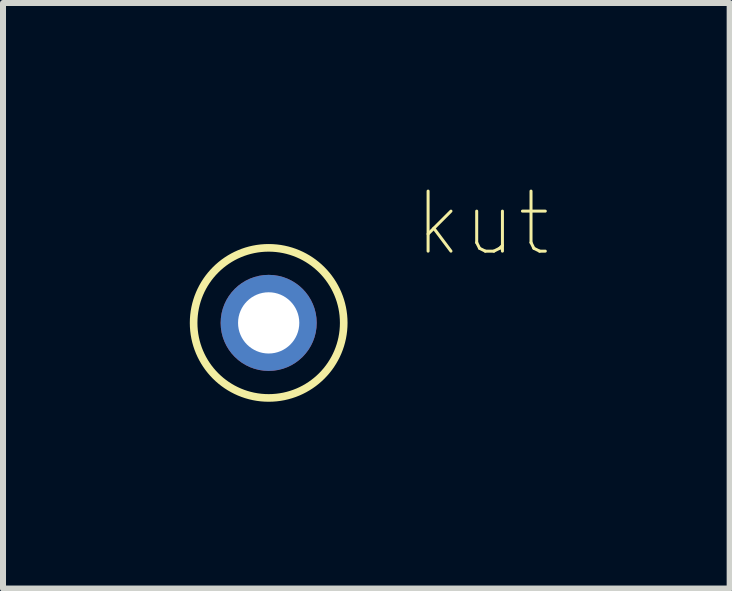
<source format=kicad_pcb>
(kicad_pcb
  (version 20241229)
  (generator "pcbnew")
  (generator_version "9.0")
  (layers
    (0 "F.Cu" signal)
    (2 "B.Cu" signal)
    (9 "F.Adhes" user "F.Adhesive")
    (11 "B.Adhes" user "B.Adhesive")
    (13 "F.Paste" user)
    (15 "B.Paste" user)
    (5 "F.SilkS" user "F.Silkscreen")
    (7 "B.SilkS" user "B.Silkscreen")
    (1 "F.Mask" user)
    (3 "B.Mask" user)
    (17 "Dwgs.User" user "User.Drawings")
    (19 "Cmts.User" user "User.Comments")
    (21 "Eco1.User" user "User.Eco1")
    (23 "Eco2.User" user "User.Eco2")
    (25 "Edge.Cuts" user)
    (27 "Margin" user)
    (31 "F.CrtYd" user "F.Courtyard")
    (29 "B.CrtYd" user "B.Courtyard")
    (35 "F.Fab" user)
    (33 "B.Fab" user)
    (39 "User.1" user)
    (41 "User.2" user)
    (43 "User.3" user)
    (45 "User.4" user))
  (footprint "kut"
    (layer "F.Cu")
    (at 1.425 2.328)
    (property "Reference" "kut" (at 3.56 -1.655 0) (layer "F.SilkS") (effects (font (size 1 1) (thickness 0.05))))
    (attr through_hole)
    (fp_circle (center 0 0) (end 1.25 0) (stroke (width 0.127) (type solid)) (fill no) (layer "F.SilkS"))
    (fp_circle (center 0 0) (end 1.4 0) (stroke (width 0.05) (type solid)) (fill no) (layer "Eco1.User"))
    (pad "1" thru_hole circle (at 0 0) (size 1.6 1.6) (drill 1.02) (layers "*.Cu" "*.Mask")))
  (gr_rect
    (start -3 -3)
    (end 9.103 6.753)
    (stroke (width 0.1) (type default))
    (fill no)
    (layer "Edge.Cuts")))
</source>
